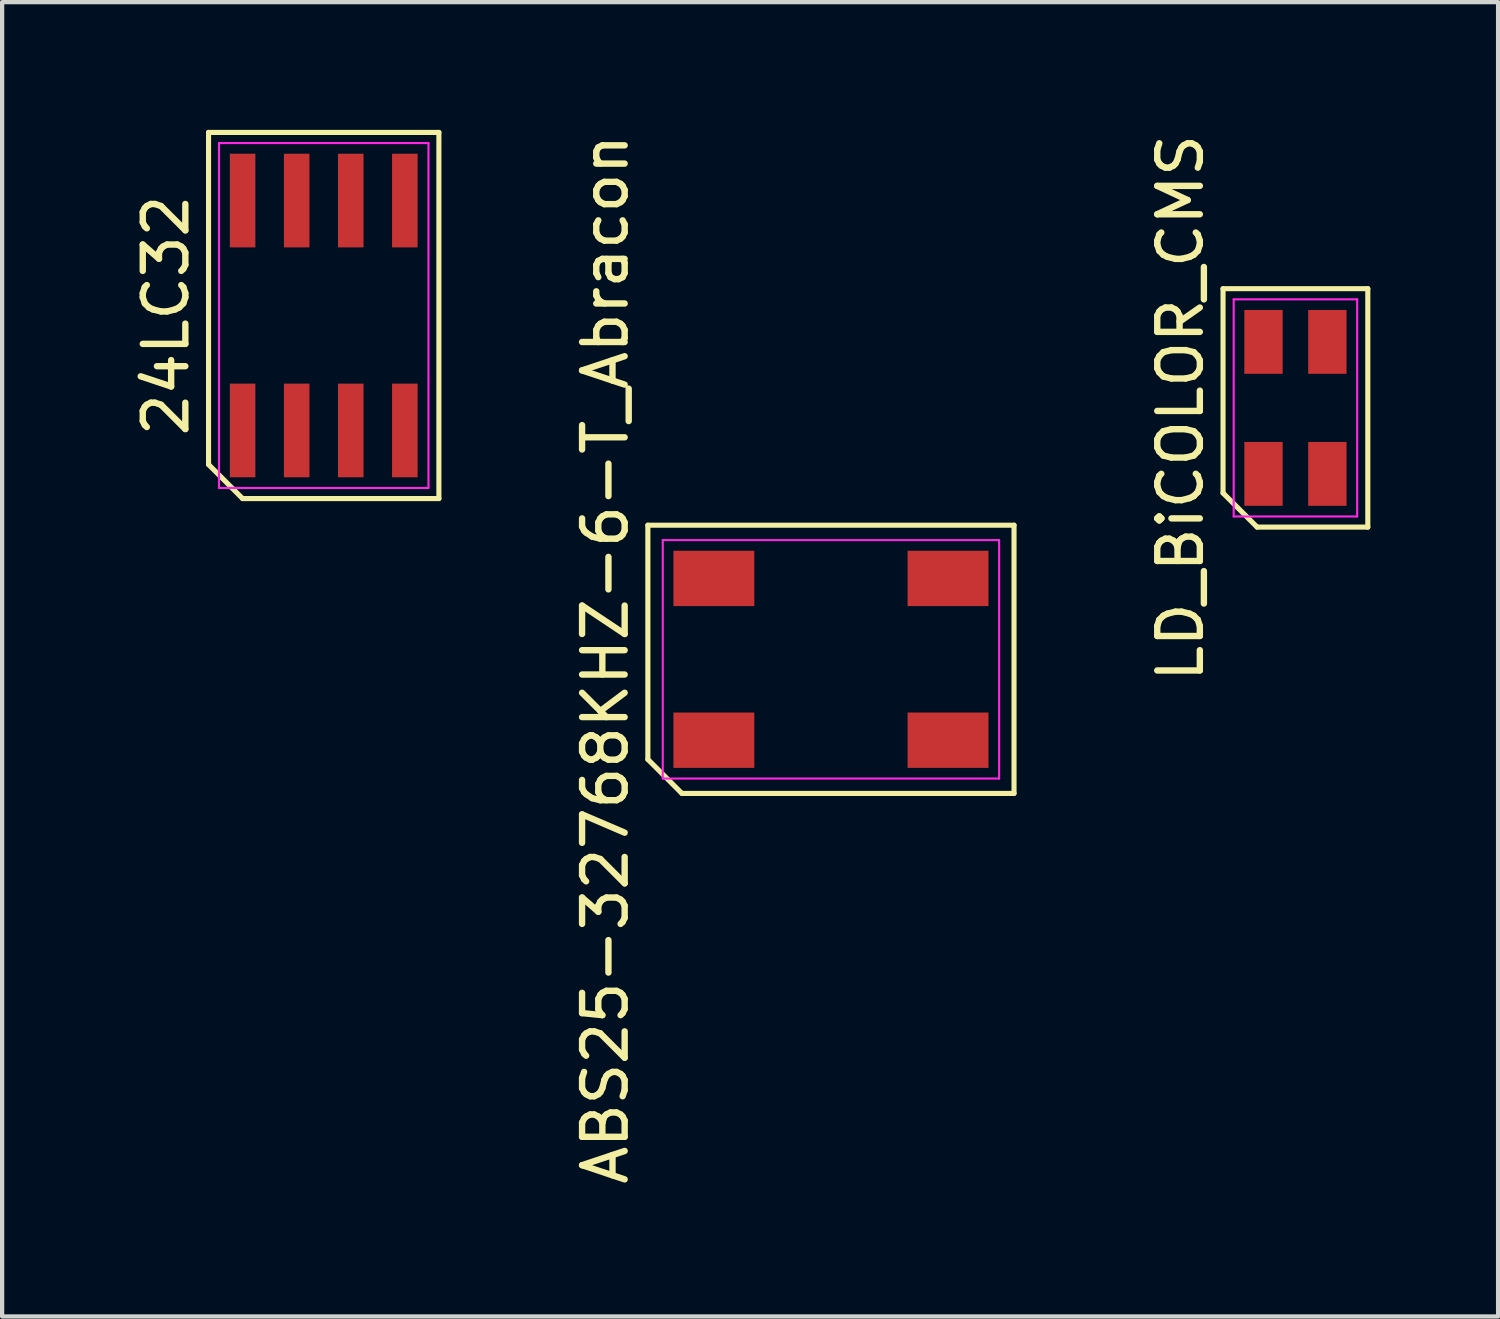
<source format=kicad_pcb>
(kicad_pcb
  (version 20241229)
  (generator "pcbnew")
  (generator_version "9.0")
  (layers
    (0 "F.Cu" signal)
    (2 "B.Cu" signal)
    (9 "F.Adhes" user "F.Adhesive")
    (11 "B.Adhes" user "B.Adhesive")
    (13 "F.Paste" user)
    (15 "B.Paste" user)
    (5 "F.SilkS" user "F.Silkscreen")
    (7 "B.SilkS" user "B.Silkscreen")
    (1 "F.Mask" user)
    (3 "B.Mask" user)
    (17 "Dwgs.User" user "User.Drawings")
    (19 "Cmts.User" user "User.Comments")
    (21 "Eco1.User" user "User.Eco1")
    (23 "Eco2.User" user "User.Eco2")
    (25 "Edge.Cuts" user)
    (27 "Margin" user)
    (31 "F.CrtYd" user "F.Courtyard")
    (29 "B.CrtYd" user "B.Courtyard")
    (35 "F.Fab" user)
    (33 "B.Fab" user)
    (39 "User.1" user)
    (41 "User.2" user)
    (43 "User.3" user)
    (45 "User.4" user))
  (footprint "ABS25-32768KHZ-6-T_Abracon"
    (layer "F.Cu")
    (at 16.466 12.435)
    (property "Reference" "ABS25-32768KHZ-6-T_Abracon" (at -5.3 0 90) (layer "F.SilkS") (effects (font (size 1 1) (thickness 0.15))))
    (attr smd)
    (fp_line (start -4.3 -3.15) (end 4.3 -3.15) (stroke (width 0.12) (type solid)) (layer "F.SilkS"))
    (fp_line (start -4.3 2.35) (end -4.3 -3.15) (stroke (width 0.12) (type solid)) (layer "F.SilkS"))
    (fp_line (start -3.5 3.15) (end -4.3 2.35) (stroke (width 0.12) (type solid)) (layer "F.SilkS"))
    (fp_line (start 4.3 -3.15) (end 4.3 3.15) (stroke (width 0.12) (type solid)) (layer "F.SilkS"))
    (fp_line (start 4.3 3.15) (end -3.5 3.15) (stroke (width 0.12) (type solid)) (layer "F.SilkS"))
    (fp_line (start -3.95 -2.8) (end 3.95 -2.8) (stroke (width 0.05) (type solid)) (layer "F.CrtYd"))
    (fp_line (start -3.95 2.8) (end -3.95 -2.8) (stroke (width 0.05) (type solid)) (layer "F.CrtYd"))
    (fp_line (start 3.95 -2.8) (end 3.95 2.8) (stroke (width 0.05) (type solid)) (layer "F.CrtYd"))
    (fp_line (start 3.95 2.8) (end -3.95 2.8) (stroke (width 0.05) (type solid)) (layer "F.CrtYd"))
    (pad "1" smd rect (at -2.75 1.9) (size 1.9 1.3) (layers "F.Cu" "F.Mask" "F.Paste"))
    (pad "2" smd rect (at 2.75 1.9) (size 1.9 1.3) (layers "F.Cu" "F.Mask" "F.Paste"))
    (pad "3" smd rect (at 2.75 -1.9) (size 1.9 1.3) (layers "F.Cu" "F.Mask" "F.Paste"))
    (pad "4" smd rect (at -2.75 -1.9) (size 1.9 1.3) (layers "F.Cu" "F.Mask" "F.Paste")))
  (footprint "LD_BiCOLOR_CMS"
    (layer "F.Cu")
    (at 27.375 6.53)
    (property "Reference" "LD_BiCOLOR_CMS" (at -2.7 0 90) (layer "F.SilkS") (effects (font (size 1 1) (thickness 0.15))))
    (attr smd)
    (fp_line (start -1.7 -2.8) (end 1.7 -2.8) (stroke (width 0.12) (type solid)) (layer "F.SilkS"))
    (fp_line (start -1.7 2) (end -1.7 -2.8) (stroke (width 0.12) (type solid)) (layer "F.SilkS"))
    (fp_line (start -0.9 2.8) (end -1.7 2) (stroke (width 0.12) (type solid)) (layer "F.SilkS"))
    (fp_line (start 1.7 -2.8) (end 1.7 2.8) (stroke (width 0.12) (type solid)) (layer "F.SilkS"))
    (fp_line (start 1.7 2.8) (end -0.9 2.8) (stroke (width 0.12) (type solid)) (layer "F.SilkS"))
    (fp_line (start -1.45 -2.55) (end 1.45 -2.55) (stroke (width 0.05) (type solid)) (layer "F.CrtYd"))
    (fp_line (start -1.45 2.55) (end -1.45 -2.55) (stroke (width 0.05) (type solid)) (layer "F.CrtYd"))
    (fp_line (start 1.45 -2.55) (end 1.45 2.55) (stroke (width 0.05) (type solid)) (layer "F.CrtYd"))
    (fp_line (start 1.45 2.55) (end -1.45 2.55) (stroke (width 0.05) (type solid)) (layer "F.CrtYd"))
    (pad "1" smd rect (at -0.75 -1.55) (size 0.9 1.5) (layers "F.Cu" "F.Mask" "F.Paste"))
    (pad "2" smd rect (at -0.75 1.55) (size 0.9 1.5) (layers "F.Cu" "F.Mask" "F.Paste"))
    (pad "3" smd rect (at 0.75 -1.55) (size 0.9 1.5) (layers "F.Cu" "F.Mask" "F.Paste"))
    (pad "4" smd rect (at 0.75 1.55) (size 0.9 1.5) (layers "F.Cu" "F.Mask" "F.Paste")))
  (footprint "24LC32"
    (layer "F.Cu")
    (at 4.553 4.36)
    (property "Reference" "24LC32" (at -3.705 0 90) (layer "F.SilkS") (effects (font (size 1 1) (thickness 0.15))))
    (attr smd)
    (fp_line (start -2.705 -4.3) (end 2.705 -4.3) (stroke (width 0.12) (type solid)) (layer "F.SilkS"))
    (fp_line (start -2.705 3.5) (end -2.705 -4.3) (stroke (width 0.12) (type solid)) (layer "F.SilkS"))
    (fp_line (start -1.905 4.3) (end -2.705 3.5) (stroke (width 0.12) (type solid)) (layer "F.SilkS"))
    (fp_line (start 2.705 -4.3) (end 2.705 4.3) (stroke (width 0.12) (type solid)) (layer "F.SilkS"))
    (fp_line (start 2.705 4.3) (end -1.905 4.3) (stroke (width 0.12) (type solid)) (layer "F.SilkS"))
    (fp_line (start -2.46 -4.05) (end 2.46 -4.05) (stroke (width 0.05) (type solid)) (layer "F.CrtYd"))
    (fp_line (start -2.46 4.05) (end -2.46 -4.05) (stroke (width 0.05) (type solid)) (layer "F.CrtYd"))
    (fp_line (start 2.46 -4.05) (end 2.46 4.05) (stroke (width 0.05) (type solid)) (layer "F.CrtYd"))
    (fp_line (start 2.46 4.05) (end -2.46 4.05) (stroke (width 0.05) (type solid)) (layer "F.CrtYd"))
    (pad "1" smd rect (at -1.905 2.7) (size 0.6 2.2) (layers "F.Cu" "F.Mask" "F.Paste"))
    (pad "2" smd rect (at -0.635 2.7) (size 0.6 2.2) (layers "F.Cu" "F.Mask" "F.Paste"))
    (pad "3" smd rect (at 0.635 2.7) (size 0.6 2.2) (layers "F.Cu" "F.Mask" "F.Paste"))
    (pad "4" smd rect (at 1.905 2.7) (size 0.6 2.2) (layers "F.Cu" "F.Mask" "F.Paste"))
    (pad "5" smd rect (at 1.905 -2.7) (size 0.6 2.2) (layers "F.Cu" "F.Mask" "F.Paste"))
    (pad "6" smd rect (at 0.635 -2.7) (size 0.6 2.2) (layers "F.Cu" "F.Mask" "F.Paste"))
    (pad "7" smd rect (at -0.635 -2.7) (size 0.6 2.2) (layers "F.Cu" "F.Mask" "F.Paste"))
    (pad "8" smd rect (at -1.905 -2.7) (size 0.6 2.2) (layers "F.Cu" "F.Mask" "F.Paste")))
  (gr_rect
    (start -3 -3)
    (end 32.135 27.869)
    (stroke (width 0.1) (type default))
    (fill no)
    (layer "Edge.Cuts")))
</source>
